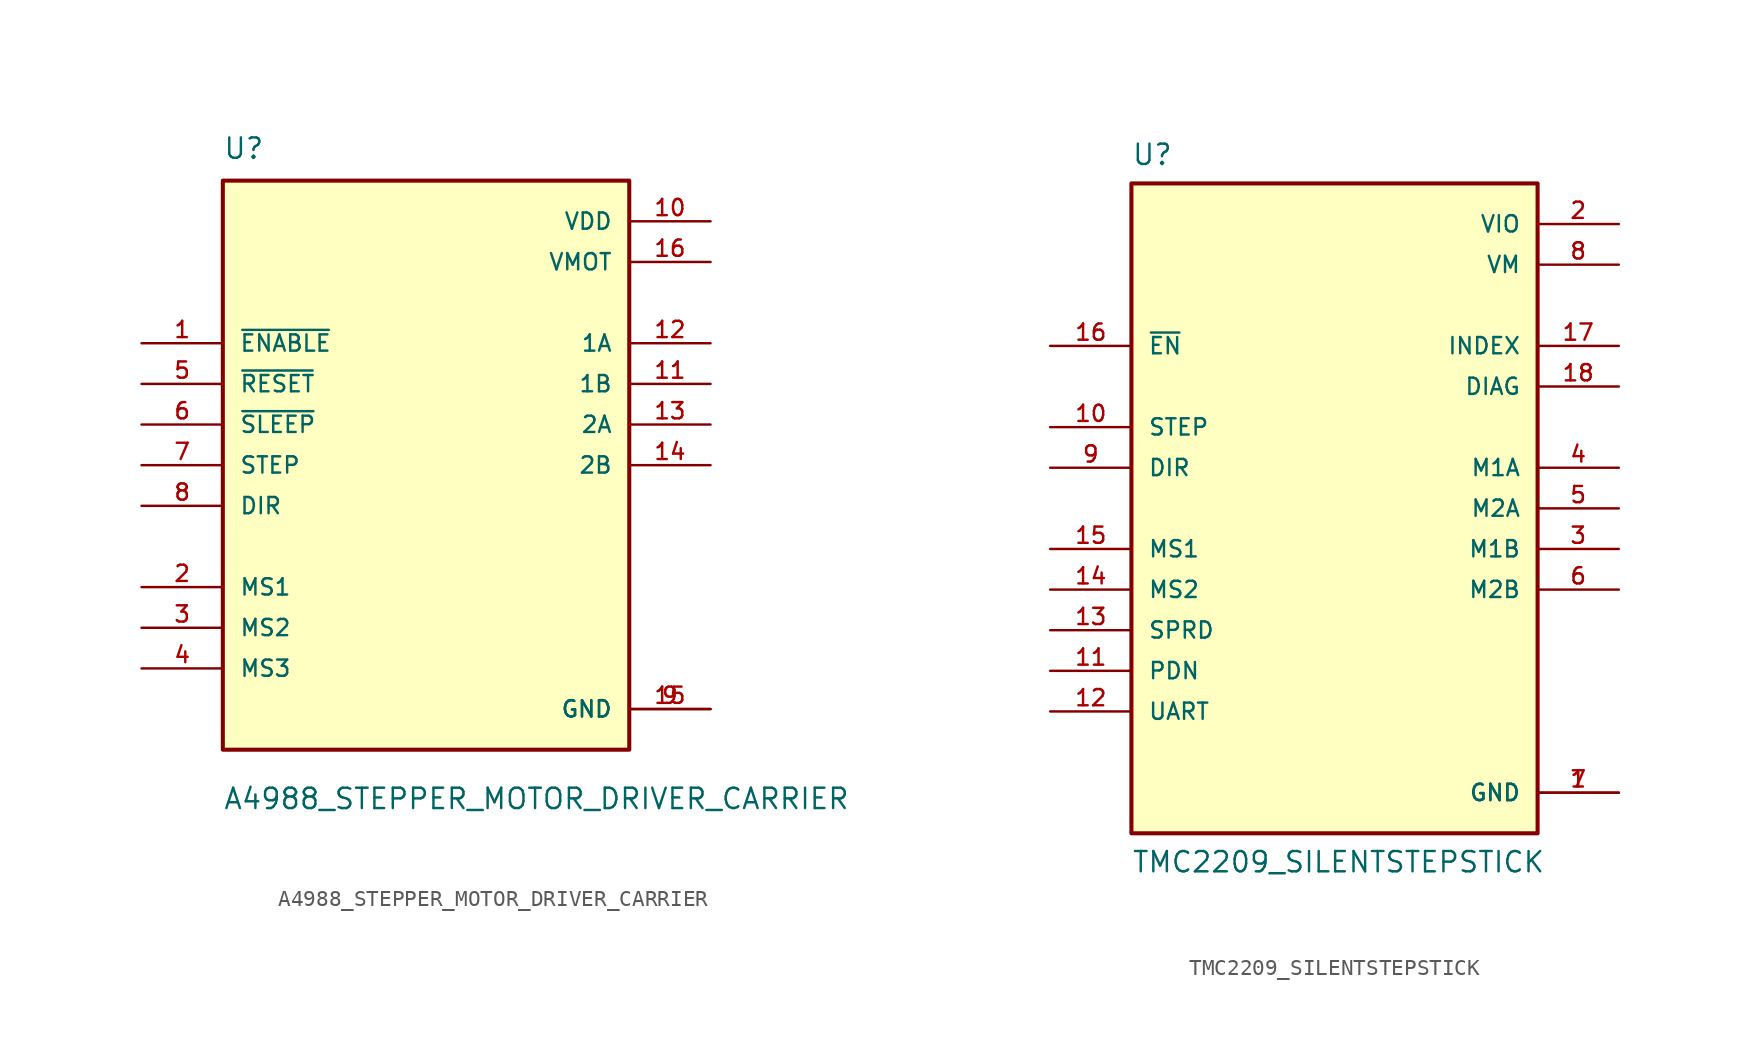
<source format=kicad_sym>
(kicad_symbol_lib
  (version 20241209)
  (generator "kicad_symbol_editor")
  (generator_version "9.0")
  (symbol "A4988_STEPPER_MOTOR_DRIVER_CARRIER"
    (pin_names
      (offset 1.016))
    (property "Reference" "U"
      (at -12.7 19.05 0)
      (effects (font (size 1.27 1.27)) (justify left bottom)))
    (property "Value" "A4988_STEPPER_MOTOR_DRIVER_CARRIER"
      (at -12.7 -21.59 0)
      (effects (font (size 1.27 1.27)) (justify left bottom)))
    (symbol "A4988_STEPPER_MOTOR_DRIVER_CARRIER_0_0"
      (rectangle (start -12.7 -17.78) (end 12.7 17.78) (stroke (width 0.254) (type default)) (fill (type background)))
      (pin input line (at -17.78 7.62 0) (length 5.08) (name "~{ENABLE}" (effects (font (size 1.016 1.016)))) (number "1" (effects (font (size 1.016 1.016)))))
      (pin input line (at -17.78 5.08 0) (length 5.08) (name "~{RESET}" (effects (font (size 1.016 1.016)))) (number "5" (effects (font (size 1.016 1.016)))))
      (pin input line (at -17.78 2.54 0) (length 5.08) (name "~{SLEEP}" (effects (font (size 1.016 1.016)))) (number "6" (effects (font (size 1.016 1.016)))))
      (pin input line (at -17.78 0 0) (length 5.08) (name "STEP" (effects (font (size 1.016 1.016)))) (number "7" (effects (font (size 1.016 1.016)))))
      (pin input line (at -17.78 -2.54 0) (length 5.08) (name "DIR" (effects (font (size 1.016 1.016)))) (number "8" (effects (font (size 1.016 1.016)))))
      (pin input line (at -17.78 -7.62 0) (length 5.08) (name "MS1" (effects (font (size 1.016 1.016)))) (number "2" (effects (font (size 1.016 1.016)))))
      (pin input line (at -17.78 -10.16 0) (length 5.08) (name "MS2" (effects (font (size 1.016 1.016)))) (number "3" (effects (font (size 1.016 1.016)))))
      (pin input line (at -17.78 -12.7 0) (length 5.08) (name "MS3" (effects (font (size 1.016 1.016)))) (number "4" (effects (font (size 1.016 1.016)))))
      (pin power_in line (at 17.78 15.24 180) (length 5.08) (name "VDD" (effects (font (size 1.016 1.016)))) (number "10" (effects (font (size 1.016 1.016)))))
      (pin power_in line (at 17.78 12.7 180) (length 5.08) (name "VMOT" (effects (font (size 1.016 1.016)))) (number "16" (effects (font (size 1.016 1.016)))))
      (pin output line (at 17.78 7.62 180) (length 5.08) (name "1A" (effects (font (size 1.016 1.016)))) (number "12" (effects (font (size 1.016 1.016)))))
      (pin output line (at 17.78 5.08 180) (length 5.08) (name "1B" (effects (font (size 1.016 1.016)))) (number "11" (effects (font (size 1.016 1.016)))))
      (pin output line (at 17.78 2.54 180) (length 5.08) (name "2A" (effects (font (size 1.016 1.016)))) (number "13" (effects (font (size 1.016 1.016)))))
      (pin output line (at 17.78 0 180) (length 5.08) (name "2B" (effects (font (size 1.016 1.016)))) (number "14" (effects (font (size 1.016 1.016)))))
      (pin power_in line (at 17.78 -15.24 180) (length 5.08) (name "GND" (effects (font (size 1.016 1.016)))) (number "15" (effects (font (size 1.016 1.016)))))
      (pin power_in line (at 17.78 -15.24 180) (length 5.08) (name "GND" (effects (font (size 1.016 1.016)))) (number "9" (effects (font (size 1.016 1.016)))))))
  (symbol "TMC2209_SILENTSTEPSTICK"
    (pin_names
      (offset 1.016))
    (property "Reference" "U"
      (at -12.7 22.86 0)
      (effects (font (size 1.27 1.27)) (justify left top)))
    (property "Value" "TMC2209_SILENTSTEPSTICK"
      (at -12.7 -22.86 0)
      (effects (font (size 1.27 1.27)) (justify left bottom)))
    (symbol "TMC2209_SILENTSTEPSTICK_0_0"
      (rectangle (start -12.7 20.32) (end 12.7 -20.32) (stroke (width 0.254) (type default)) (fill (type background)))
      (pin input line (at -17.78 10.16 0) (length 5.08) (name "~{EN}" (effects (font (size 1.016 1.016)))) (number "16" (effects (font (size 1.016 1.016)))))
      (pin input line (at -17.78 5.08 0) (length 5.08) (name "STEP" (effects (font (size 1.016 1.016)))) (number "10" (effects (font (size 1.016 1.016)))))
      (pin input line (at -17.78 2.54 0) (length 5.08) (name "DIR" (effects (font (size 1.016 1.016)))) (number "9" (effects (font (size 1.016 1.016)))))
      (pin input line (at -17.78 -2.54 0) (length 5.08) (name "MS1" (effects (font (size 1.016 1.016)))) (number "15" (effects (font (size 1.016 1.016)))))
      (pin input line (at -17.78 -5.08 0) (length 5.08) (name "MS2" (effects (font (size 1.016 1.016)))) (number "14" (effects (font (size 1.016 1.016)))))
      (pin input line (at -17.78 -7.62 0) (length 5.08) (name "SPRD" (effects (font (size 1.016 1.016)))) (number "13" (effects (font (size 1.016 1.016)))))
      (pin bidirectional line (at -17.78 -10.16 0) (length 5.08) (name "PDN" (effects (font (size 1.016 1.016)))) (number "11" (effects (font (size 1.016 1.016)))))
      (pin bidirectional line (at -17.78 -12.7 0) (length 5.08) (name "UART" (effects (font (size 1.016 1.016)))) (number "12" (effects (font (size 1.016 1.016)))))
      (pin power_in line (at 17.78 17.78 180) (length 5.08) (name "VIO" (effects (font (size 1.016 1.016)))) (number "2" (effects (font (size 1.016 1.016)))))
      (pin power_in line (at 17.78 15.24 180) (length 5.08) (name "VM" (effects (font (size 1.016 1.016)))) (number "8" (effects (font (size 1.016 1.016)))))
      (pin output line (at 17.78 10.16 180) (length 5.08) (name "INDEX" (effects (font (size 1.016 1.016)))) (number "17" (effects (font (size 1.016 1.016)))))
      (pin output line (at 17.78 7.62 180) (length 5.08) (name "DIAG" (effects (font (size 1.016 1.016)))) (number "18" (effects (font (size 1.016 1.016)))))
      (pin output line (at 17.78 2.54 180) (length 5.08) (name "M1A" (effects (font (size 1.016 1.016)))) (number "4" (effects (font (size 1.016 1.016)))))
      (pin output line (at 17.78 0 180) (length 5.08) (name "M2A" (effects (font (size 1.016 1.016)))) (number "5" (effects (font (size 1.016 1.016)))))
      (pin output line (at 17.78 -2.54 180) (length 5.08) (name "M1B" (effects (font (size 1.016 1.016)))) (number "3" (effects (font (size 1.016 1.016)))))
      (pin output line (at 17.78 -5.08 180) (length 5.08) (name "M2B" (effects (font (size 1.016 1.016)))) (number "6" (effects (font (size 1.016 1.016)))))
      (pin power_in line (at 17.78 -17.78 180) (length 5.08) (name "GND" (effects (font (size 1.016 1.016)))) (number "1" (effects (font (size 1.016 1.016)))))
      (pin power_in line (at 17.78 -17.78 180) (length 5.08) (name "GND" (effects (font (size 1.016 1.016)))) (number "7" (effects (font (size 1.016 1.016))))))))
</source>
